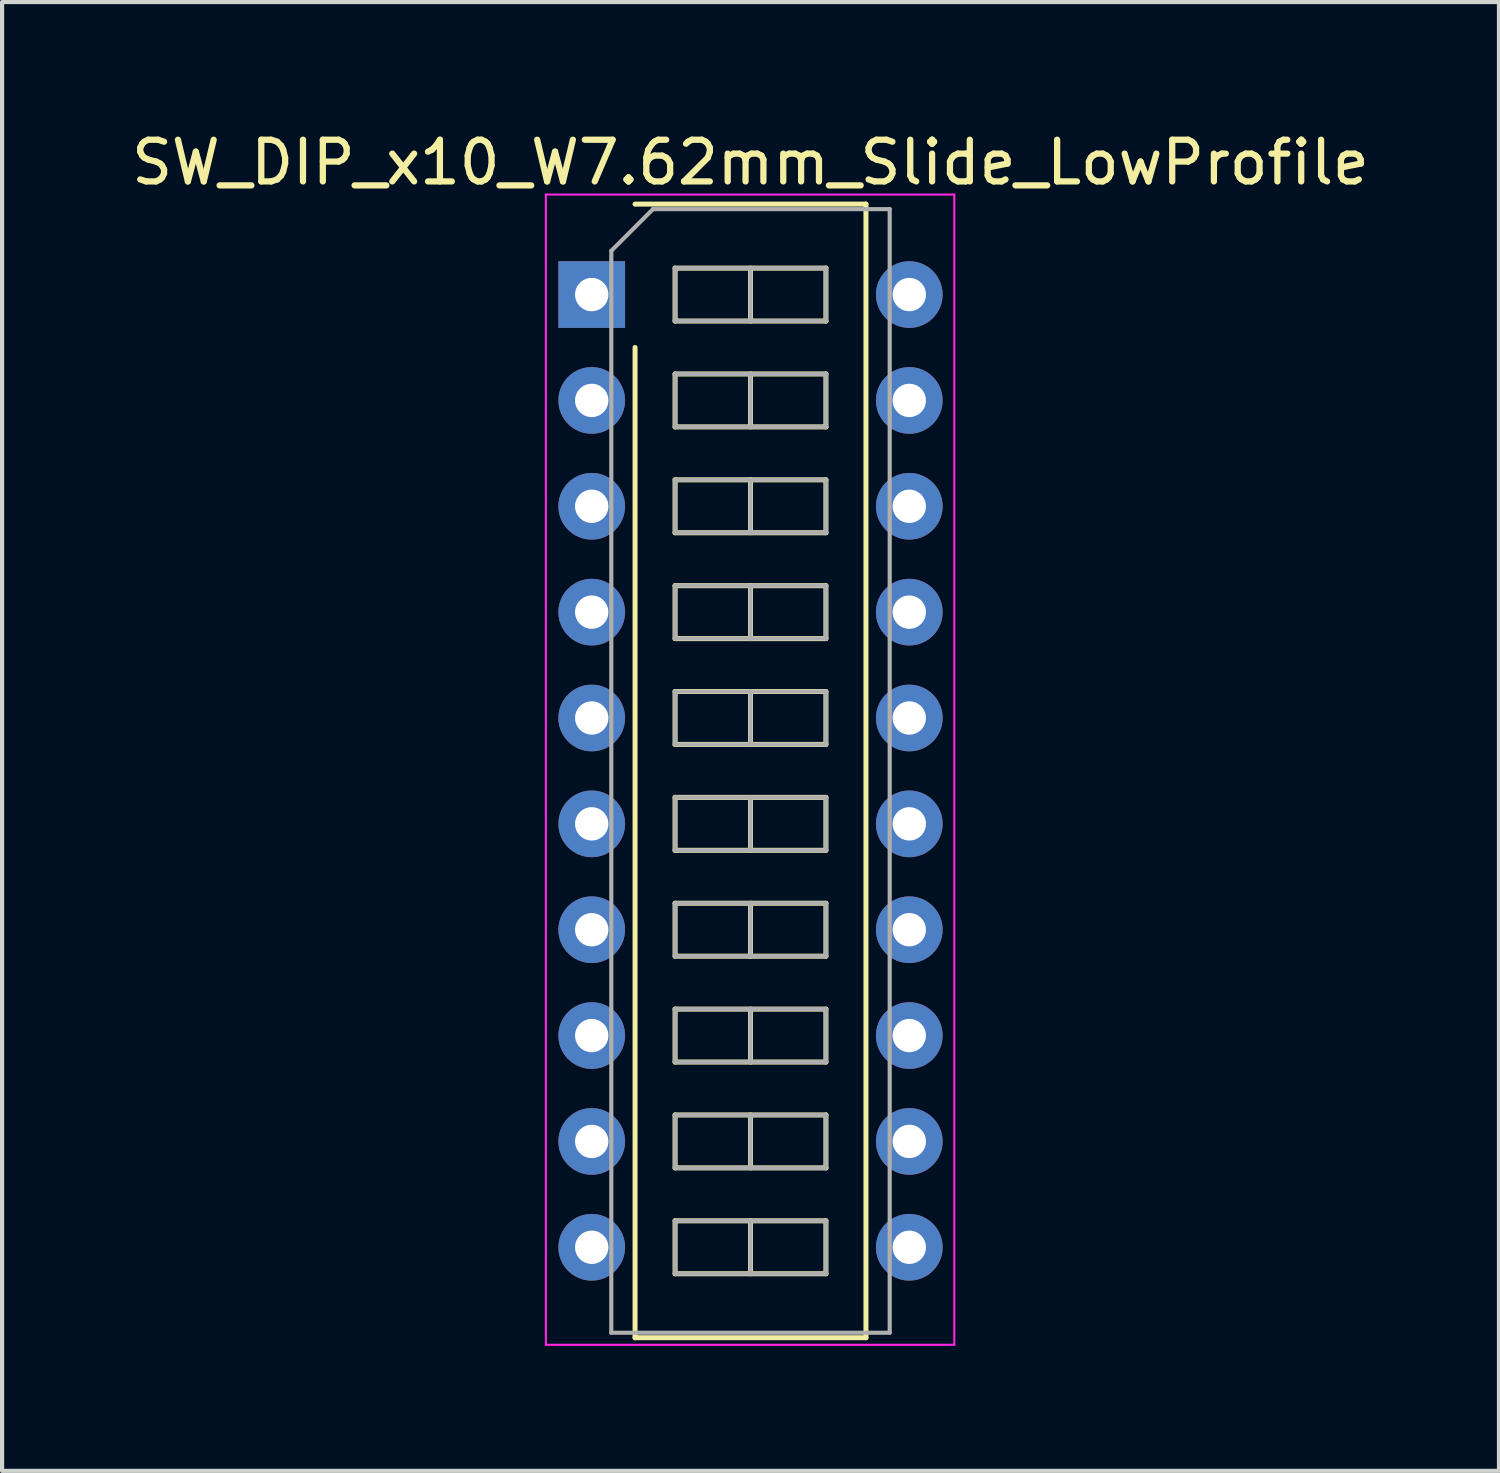
<source format=kicad_pcb>
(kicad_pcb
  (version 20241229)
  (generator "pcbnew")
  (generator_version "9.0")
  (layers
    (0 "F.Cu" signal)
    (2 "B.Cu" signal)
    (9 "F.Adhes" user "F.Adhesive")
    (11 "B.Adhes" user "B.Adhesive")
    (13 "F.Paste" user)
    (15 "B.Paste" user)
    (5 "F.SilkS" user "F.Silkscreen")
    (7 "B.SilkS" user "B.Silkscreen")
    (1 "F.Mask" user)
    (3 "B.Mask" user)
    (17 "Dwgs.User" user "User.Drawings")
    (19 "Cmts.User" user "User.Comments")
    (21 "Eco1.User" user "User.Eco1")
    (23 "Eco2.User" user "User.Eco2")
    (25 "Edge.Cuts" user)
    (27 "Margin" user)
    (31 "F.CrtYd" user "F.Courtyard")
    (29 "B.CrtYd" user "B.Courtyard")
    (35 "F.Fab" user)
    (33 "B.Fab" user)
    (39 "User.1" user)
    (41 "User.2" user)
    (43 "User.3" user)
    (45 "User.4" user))
  (footprint "SW_DIP_x10_W7.62mm_Slide_LowProfile"
    (layer "F.Cu")
    (at 11.148 4.018)
    (property "Reference" "SW_DIP_x10_W7.62mm_Slide_LowProfile" (at 3.81 -3.17 0) (layer "F.SilkS") (effects (font (size 1 1) (thickness 0.15))))
    (attr through_hole)
    (fp_line (start 1.04 -2.17) (end 6.58 -2.17) (stroke (width 0.12) (type solid)) (layer "F.SilkS"))
    (fp_line (start 1.04 25.03) (end 1.04 1.27) (stroke (width 0.12) (type solid)) (layer "F.SilkS"))
    (fp_line (start 2 -0.635) (end 2 0.635) (stroke (width 0.12) (type solid)) (layer "F.SilkS"))
    (fp_line (start 2 0.635) (end 5.62 0.635) (stroke (width 0.12) (type solid)) (layer "F.SilkS"))
    (fp_line (start 2 1.905) (end 2 3.175) (stroke (width 0.12) (type solid)) (layer "F.SilkS"))
    (fp_line (start 2 3.175) (end 5.62 3.175) (stroke (width 0.12) (type solid)) (layer "F.SilkS"))
    (fp_line (start 2 4.445) (end 2 5.715) (stroke (width 0.12) (type solid)) (layer "F.SilkS"))
    (fp_line (start 2 5.715) (end 5.62 5.715) (stroke (width 0.12) (type solid)) (layer "F.SilkS"))
    (fp_line (start 2 6.985) (end 2 8.255) (stroke (width 0.12) (type solid)) (layer "F.SilkS"))
    (fp_line (start 2 8.255) (end 5.62 8.255) (stroke (width 0.12) (type solid)) (layer "F.SilkS"))
    (fp_line (start 2 9.525) (end 2 10.795) (stroke (width 0.12) (type solid)) (layer "F.SilkS"))
    (fp_line (start 2 10.795) (end 5.62 10.795) (stroke (width 0.12) (type solid)) (layer "F.SilkS"))
    (fp_line (start 2 12.065) (end 2 13.335) (stroke (width 0.12) (type solid)) (layer "F.SilkS"))
    (fp_line (start 2 13.335) (end 5.62 13.335) (stroke (width 0.12) (type solid)) (layer "F.SilkS"))
    (fp_line (start 2 14.605) (end 2 15.875) (stroke (width 0.12) (type solid)) (layer "F.SilkS"))
    (fp_line (start 2 15.875) (end 5.62 15.875) (stroke (width 0.12) (type solid)) (layer "F.SilkS"))
    (fp_line (start 2 17.145) (end 2 18.415) (stroke (width 0.12) (type solid)) (layer "F.SilkS"))
    (fp_line (start 2 18.415) (end 5.62 18.415) (stroke (width 0.12) (type solid)) (layer "F.SilkS"))
    (fp_line (start 2 19.685) (end 2 20.955) (stroke (width 0.12) (type solid)) (layer "F.SilkS"))
    (fp_line (start 2 20.955) (end 5.62 20.955) (stroke (width 0.12) (type solid)) (layer "F.SilkS"))
    (fp_line (start 2 22.225) (end 2 23.495) (stroke (width 0.12) (type solid)) (layer "F.SilkS"))
    (fp_line (start 2 23.495) (end 5.62 23.495) (stroke (width 0.12) (type solid)) (layer "F.SilkS"))
    (fp_line (start 3.81 -0.635) (end 3.81 0.635) (stroke (width 0.12) (type solid)) (layer "F.SilkS"))
    (fp_line (start 3.81 1.905) (end 3.81 3.175) (stroke (width 0.12) (type solid)) (layer "F.SilkS"))
    (fp_line (start 3.81 4.445) (end 3.81 5.715) (stroke (width 0.12) (type solid)) (layer "F.SilkS"))
    (fp_line (start 3.81 6.985) (end 3.81 8.255) (stroke (width 0.12) (type solid)) (layer "F.SilkS"))
    (fp_line (start 3.81 9.525) (end 3.81 10.795) (stroke (width 0.12) (type solid)) (layer "F.SilkS"))
    (fp_line (start 3.81 12.065) (end 3.81 13.335) (stroke (width 0.12) (type solid)) (layer "F.SilkS"))
    (fp_line (start 3.81 14.605) (end 3.81 15.875) (stroke (width 0.12) (type solid)) (layer "F.SilkS"))
    (fp_line (start 3.81 17.145) (end 3.81 18.415) (stroke (width 0.12) (type solid)) (layer "F.SilkS"))
    (fp_line (start 3.81 19.685) (end 3.81 20.955) (stroke (width 0.12) (type solid)) (layer "F.SilkS"))
    (fp_line (start 3.81 22.225) (end 3.81 23.495) (stroke (width 0.12) (type solid)) (layer "F.SilkS"))
    (fp_line (start 5.62 -0.635) (end 2 -0.635) (stroke (width 0.12) (type solid)) (layer "F.SilkS"))
    (fp_line (start 5.62 0.635) (end 5.62 -0.635) (stroke (width 0.12) (type solid)) (layer "F.SilkS"))
    (fp_line (start 5.62 1.905) (end 2 1.905) (stroke (width 0.12) (type solid)) (layer "F.SilkS"))
    (fp_line (start 5.62 3.175) (end 5.62 1.905) (stroke (width 0.12) (type solid)) (layer "F.SilkS"))
    (fp_line (start 5.62 4.445) (end 2 4.445) (stroke (width 0.12) (type solid)) (layer "F.SilkS"))
    (fp_line (start 5.62 5.715) (end 5.62 4.445) (stroke (width 0.12) (type solid)) (layer "F.SilkS"))
    (fp_line (start 5.62 6.985) (end 2 6.985) (stroke (width 0.12) (type solid)) (layer "F.SilkS"))
    (fp_line (start 5.62 8.255) (end 5.62 6.985) (stroke (width 0.12) (type solid)) (layer "F.SilkS"))
    (fp_line (start 5.62 9.525) (end 2 9.525) (stroke (width 0.12) (type solid)) (layer "F.SilkS"))
    (fp_line (start 5.62 10.795) (end 5.62 9.525) (stroke (width 0.12) (type solid)) (layer "F.SilkS"))
    (fp_line (start 5.62 12.065) (end 2 12.065) (stroke (width 0.12) (type solid)) (layer "F.SilkS"))
    (fp_line (start 5.62 13.335) (end 5.62 12.065) (stroke (width 0.12) (type solid)) (layer "F.SilkS"))
    (fp_line (start 5.62 14.605) (end 2 14.605) (stroke (width 0.12) (type solid)) (layer "F.SilkS"))
    (fp_line (start 5.62 15.875) (end 5.62 14.605) (stroke (width 0.12) (type solid)) (layer "F.SilkS"))
    (fp_line (start 5.62 17.145) (end 2 17.145) (stroke (width 0.12) (type solid)) (layer "F.SilkS"))
    (fp_line (start 5.62 18.415) (end 5.62 17.145) (stroke (width 0.12) (type solid)) (layer "F.SilkS"))
    (fp_line (start 5.62 19.685) (end 2 19.685) (stroke (width 0.12) (type solid)) (layer "F.SilkS"))
    (fp_line (start 5.62 20.955) (end 5.62 19.685) (stroke (width 0.12) (type solid)) (layer "F.SilkS"))
    (fp_line (start 5.62 22.225) (end 2 22.225) (stroke (width 0.12) (type solid)) (layer "F.SilkS"))
    (fp_line (start 5.62 23.495) (end 5.62 22.225) (stroke (width 0.12) (type solid)) (layer "F.SilkS"))
    (fp_line (start 6.58 -2.17) (end 6.58 25.03) (stroke (width 0.12) (type solid)) (layer "F.SilkS"))
    (fp_line (start 6.58 25.03) (end 1.04 25.03) (stroke (width 0.12) (type solid)) (layer "F.SilkS"))
    (fp_line (start -1.1 -2.4) (end -1.1 25.2) (stroke (width 0.05) (type solid)) (layer "F.CrtYd"))
    (fp_line (start -1.1 25.2) (end 8.7 25.2) (stroke (width 0.05) (type solid)) (layer "F.CrtYd"))
    (fp_line (start 8.7 -2.4) (end -1.1 -2.4) (stroke (width 0.05) (type solid)) (layer "F.CrtYd"))
    (fp_line (start 8.7 25.2) (end 8.7 -2.4) (stroke (width 0.05) (type solid)) (layer "F.CrtYd"))
    (fp_line (start 0.47 -1.05) (end 1.47 -2.05) (stroke (width 0.1) (type solid)) (layer "F.Fab"))
    (fp_line (start 0.47 24.91) (end 0.47 -1.05) (stroke (width 0.1) (type solid)) (layer "F.Fab"))
    (fp_line (start 1.47 -2.05) (end 7.15 -2.05) (stroke (width 0.1) (type solid)) (layer "F.Fab"))
    (fp_line (start 2 -0.635) (end 2 0.635) (stroke (width 0.1) (type solid)) (layer "F.Fab"))
    (fp_line (start 2 0.635) (end 5.62 0.635) (stroke (width 0.1) (type solid)) (layer "F.Fab"))
    (fp_line (start 2 1.905) (end 2 3.175) (stroke (width 0.1) (type solid)) (layer "F.Fab"))
    (fp_line (start 2 3.175) (end 5.62 3.175) (stroke (width 0.1) (type solid)) (layer "F.Fab"))
    (fp_line (start 2 4.445) (end 2 5.715) (stroke (width 0.1) (type solid)) (layer "F.Fab"))
    (fp_line (start 2 5.715) (end 5.62 5.715) (stroke (width 0.1) (type solid)) (layer "F.Fab"))
    (fp_line (start 2 6.985) (end 2 8.255) (stroke (width 0.1) (type solid)) (layer "F.Fab"))
    (fp_line (start 2 8.255) (end 5.62 8.255) (stroke (width 0.1) (type solid)) (layer "F.Fab"))
    (fp_line (start 2 9.525) (end 2 10.795) (stroke (width 0.1) (type solid)) (layer "F.Fab"))
    (fp_line (start 2 10.795) (end 5.62 10.795) (stroke (width 0.1) (type solid)) (layer "F.Fab"))
    (fp_line (start 2 12.065) (end 2 13.335) (stroke (width 0.1) (type solid)) (layer "F.Fab"))
    (fp_line (start 2 13.335) (end 5.62 13.335) (stroke (width 0.1) (type solid)) (layer "F.Fab"))
    (fp_line (start 2 14.605) (end 2 15.875) (stroke (width 0.1) (type solid)) (layer "F.Fab"))
    (fp_line (start 2 15.875) (end 5.62 15.875) (stroke (width 0.1) (type solid)) (layer "F.Fab"))
    (fp_line (start 2 17.145) (end 2 18.415) (stroke (width 0.1) (type solid)) (layer "F.Fab"))
    (fp_line (start 2 18.415) (end 5.62 18.415) (stroke (width 0.1) (type solid)) (layer "F.Fab"))
    (fp_line (start 2 19.685) (end 2 20.955) (stroke (width 0.1) (type solid)) (layer "F.Fab"))
    (fp_line (start 2 20.955) (end 5.62 20.955) (stroke (width 0.1) (type solid)) (layer "F.Fab"))
    (fp_line (start 2 22.225) (end 2 23.495) (stroke (width 0.1) (type solid)) (layer "F.Fab"))
    (fp_line (start 2 23.495) (end 5.62 23.495) (stroke (width 0.1) (type solid)) (layer "F.Fab"))
    (fp_line (start 3.81 -0.635) (end 3.81 0.635) (stroke (width 0.1) (type solid)) (layer "F.Fab"))
    (fp_line (start 3.81 1.905) (end 3.81 3.175) (stroke (width 0.1) (type solid)) (layer "F.Fab"))
    (fp_line (start 3.81 4.445) (end 3.81 5.715) (stroke (width 0.1) (type solid)) (layer "F.Fab"))
    (fp_line (start 3.81 6.985) (end 3.81 8.255) (stroke (width 0.1) (type solid)) (layer "F.Fab"))
    (fp_line (start 3.81 9.525) (end 3.81 10.795) (stroke (width 0.1) (type solid)) (layer "F.Fab"))
    (fp_line (start 3.81 12.065) (end 3.81 13.335) (stroke (width 0.1) (type solid)) (layer "F.Fab"))
    (fp_line (start 3.81 14.605) (end 3.81 15.875) (stroke (width 0.1) (type solid)) (layer "F.Fab"))
    (fp_line (start 3.81 17.145) (end 3.81 18.415) (stroke (width 0.1) (type solid)) (layer "F.Fab"))
    (fp_line (start 3.81 19.685) (end 3.81 20.955) (stroke (width 0.1) (type solid)) (layer "F.Fab"))
    (fp_line (start 3.81 22.225) (end 3.81 23.495) (stroke (width 0.1) (type solid)) (layer "F.Fab"))
    (fp_line (start 5.62 -0.635) (end 2 -0.635) (stroke (width 0.1) (type solid)) (layer "F.Fab"))
    (fp_line (start 5.62 0.635) (end 5.62 -0.635) (stroke (width 0.1) (type solid)) (layer "F.Fab"))
    (fp_line (start 5.62 1.905) (end 2 1.905) (stroke (width 0.1) (type solid)) (layer "F.Fab"))
    (fp_line (start 5.62 3.175) (end 5.62 1.905) (stroke (width 0.1) (type solid)) (layer "F.Fab"))
    (fp_line (start 5.62 4.445) (end 2 4.445) (stroke (width 0.1) (type solid)) (layer "F.Fab"))
    (fp_line (start 5.62 5.715) (end 5.62 4.445) (stroke (width 0.1) (type solid)) (layer "F.Fab"))
    (fp_line (start 5.62 6.985) (end 2 6.985) (stroke (width 0.1) (type solid)) (layer "F.Fab"))
    (fp_line (start 5.62 8.255) (end 5.62 6.985) (stroke (width 0.1) (type solid)) (layer "F.Fab"))
    (fp_line (start 5.62 9.525) (end 2 9.525) (stroke (width 0.1) (type solid)) (layer "F.Fab"))
    (fp_line (start 5.62 10.795) (end 5.62 9.525) (stroke (width 0.1) (type solid)) (layer "F.Fab"))
    (fp_line (start 5.62 12.065) (end 2 12.065) (stroke (width 0.1) (type solid)) (layer "F.Fab"))
    (fp_line (start 5.62 13.335) (end 5.62 12.065) (stroke (width 0.1) (type solid)) (layer "F.Fab"))
    (fp_line (start 5.62 14.605) (end 2 14.605) (stroke (width 0.1) (type solid)) (layer "F.Fab"))
    (fp_line (start 5.62 15.875) (end 5.62 14.605) (stroke (width 0.1) (type solid)) (layer "F.Fab"))
    (fp_line (start 5.62 17.145) (end 2 17.145) (stroke (width 0.1) (type solid)) (layer "F.Fab"))
    (fp_line (start 5.62 18.415) (end 5.62 17.145) (stroke (width 0.1) (type solid)) (layer "F.Fab"))
    (fp_line (start 5.62 19.685) (end 2 19.685) (stroke (width 0.1) (type solid)) (layer "F.Fab"))
    (fp_line (start 5.62 20.955) (end 5.62 19.685) (stroke (width 0.1) (type solid)) (layer "F.Fab"))
    (fp_line (start 5.62 22.225) (end 2 22.225) (stroke (width 0.1) (type solid)) (layer "F.Fab"))
    (fp_line (start 5.62 23.495) (end 5.62 22.225) (stroke (width 0.1) (type solid)) (layer "F.Fab"))
    (fp_line (start 7.15 -2.05) (end 7.15 24.91) (stroke (width 0.1) (type solid)) (layer "F.Fab"))
    (fp_line (start 7.15 24.91) (end 0.47 24.91) (stroke (width 0.1) (type solid)) (layer "F.Fab"))
    (pad "1" thru_hole rect (at 0 0) (size 1.6 1.6) (drill 0.8) (layers "*.Cu" "*.Mask"))
    (pad "2" thru_hole oval (at 0 2.54) (size 1.6 1.6) (drill 0.8) (layers "*.Cu" "*.Mask"))
    (pad "3" thru_hole oval (at 0 5.08) (size 1.6 1.6) (drill 0.8) (layers "*.Cu" "*.Mask"))
    (pad "4" thru_hole oval (at 0 7.62) (size 1.6 1.6) (drill 0.8) (layers "*.Cu" "*.Mask"))
    (pad "5" thru_hole oval (at 0 10.16) (size 1.6 1.6) (drill 0.8) (layers "*.Cu" "*.Mask"))
    (pad "6" thru_hole oval (at 0 12.7) (size 1.6 1.6) (drill 0.8) (layers "*.Cu" "*.Mask"))
    (pad "7" thru_hole oval (at 0 15.24) (size 1.6 1.6) (drill 0.8) (layers "*.Cu" "*.Mask"))
    (pad "8" thru_hole oval (at 0 17.78) (size 1.6 1.6) (drill 0.8) (layers "*.Cu" "*.Mask"))
    (pad "9" thru_hole oval (at 0 20.32) (size 1.6 1.6) (drill 0.8) (layers "*.Cu" "*.Mask"))
    (pad "10" thru_hole oval (at 0 22.86) (size 1.6 1.6) (drill 0.8) (layers "*.Cu" "*.Mask"))
    (pad "11" thru_hole oval (at 7.62 22.86) (size 1.6 1.6) (drill 0.8) (layers "*.Cu" "*.Mask"))
    (pad "12" thru_hole oval (at 7.62 20.32) (size 1.6 1.6) (drill 0.8) (layers "*.Cu" "*.Mask"))
    (pad "13" thru_hole oval (at 7.62 17.78) (size 1.6 1.6) (drill 0.8) (layers "*.Cu" "*.Mask"))
    (pad "14" thru_hole oval (at 7.62 15.24) (size 1.6 1.6) (drill 0.8) (layers "*.Cu" "*.Mask"))
    (pad "15" thru_hole oval (at 7.62 12.7) (size 1.6 1.6) (drill 0.8) (layers "*.Cu" "*.Mask"))
    (pad "16" thru_hole oval (at 7.62 10.16) (size 1.6 1.6) (drill 0.8) (layers "*.Cu" "*.Mask"))
    (pad "17" thru_hole oval (at 7.62 7.62) (size 1.6 1.6) (drill 0.8) (layers "*.Cu" "*.Mask"))
    (pad "18" thru_hole oval (at 7.62 5.08) (size 1.6 1.6) (drill 0.8) (layers "*.Cu" "*.Mask"))
    (pad "19" thru_hole oval (at 7.62 2.54) (size 1.6 1.6) (drill 0.8) (layers "*.Cu" "*.Mask"))
    (pad "20" thru_hole oval (at 7.62 0) (size 1.6 1.6) (drill 0.8) (layers "*.Cu" "*.Mask")))
  (gr_rect
    (start -3 -3)
    (end 32.917 32.243)
    (stroke (width 0.1) (type default))
    (fill no)
    (layer "Edge.Cuts")))
</source>
